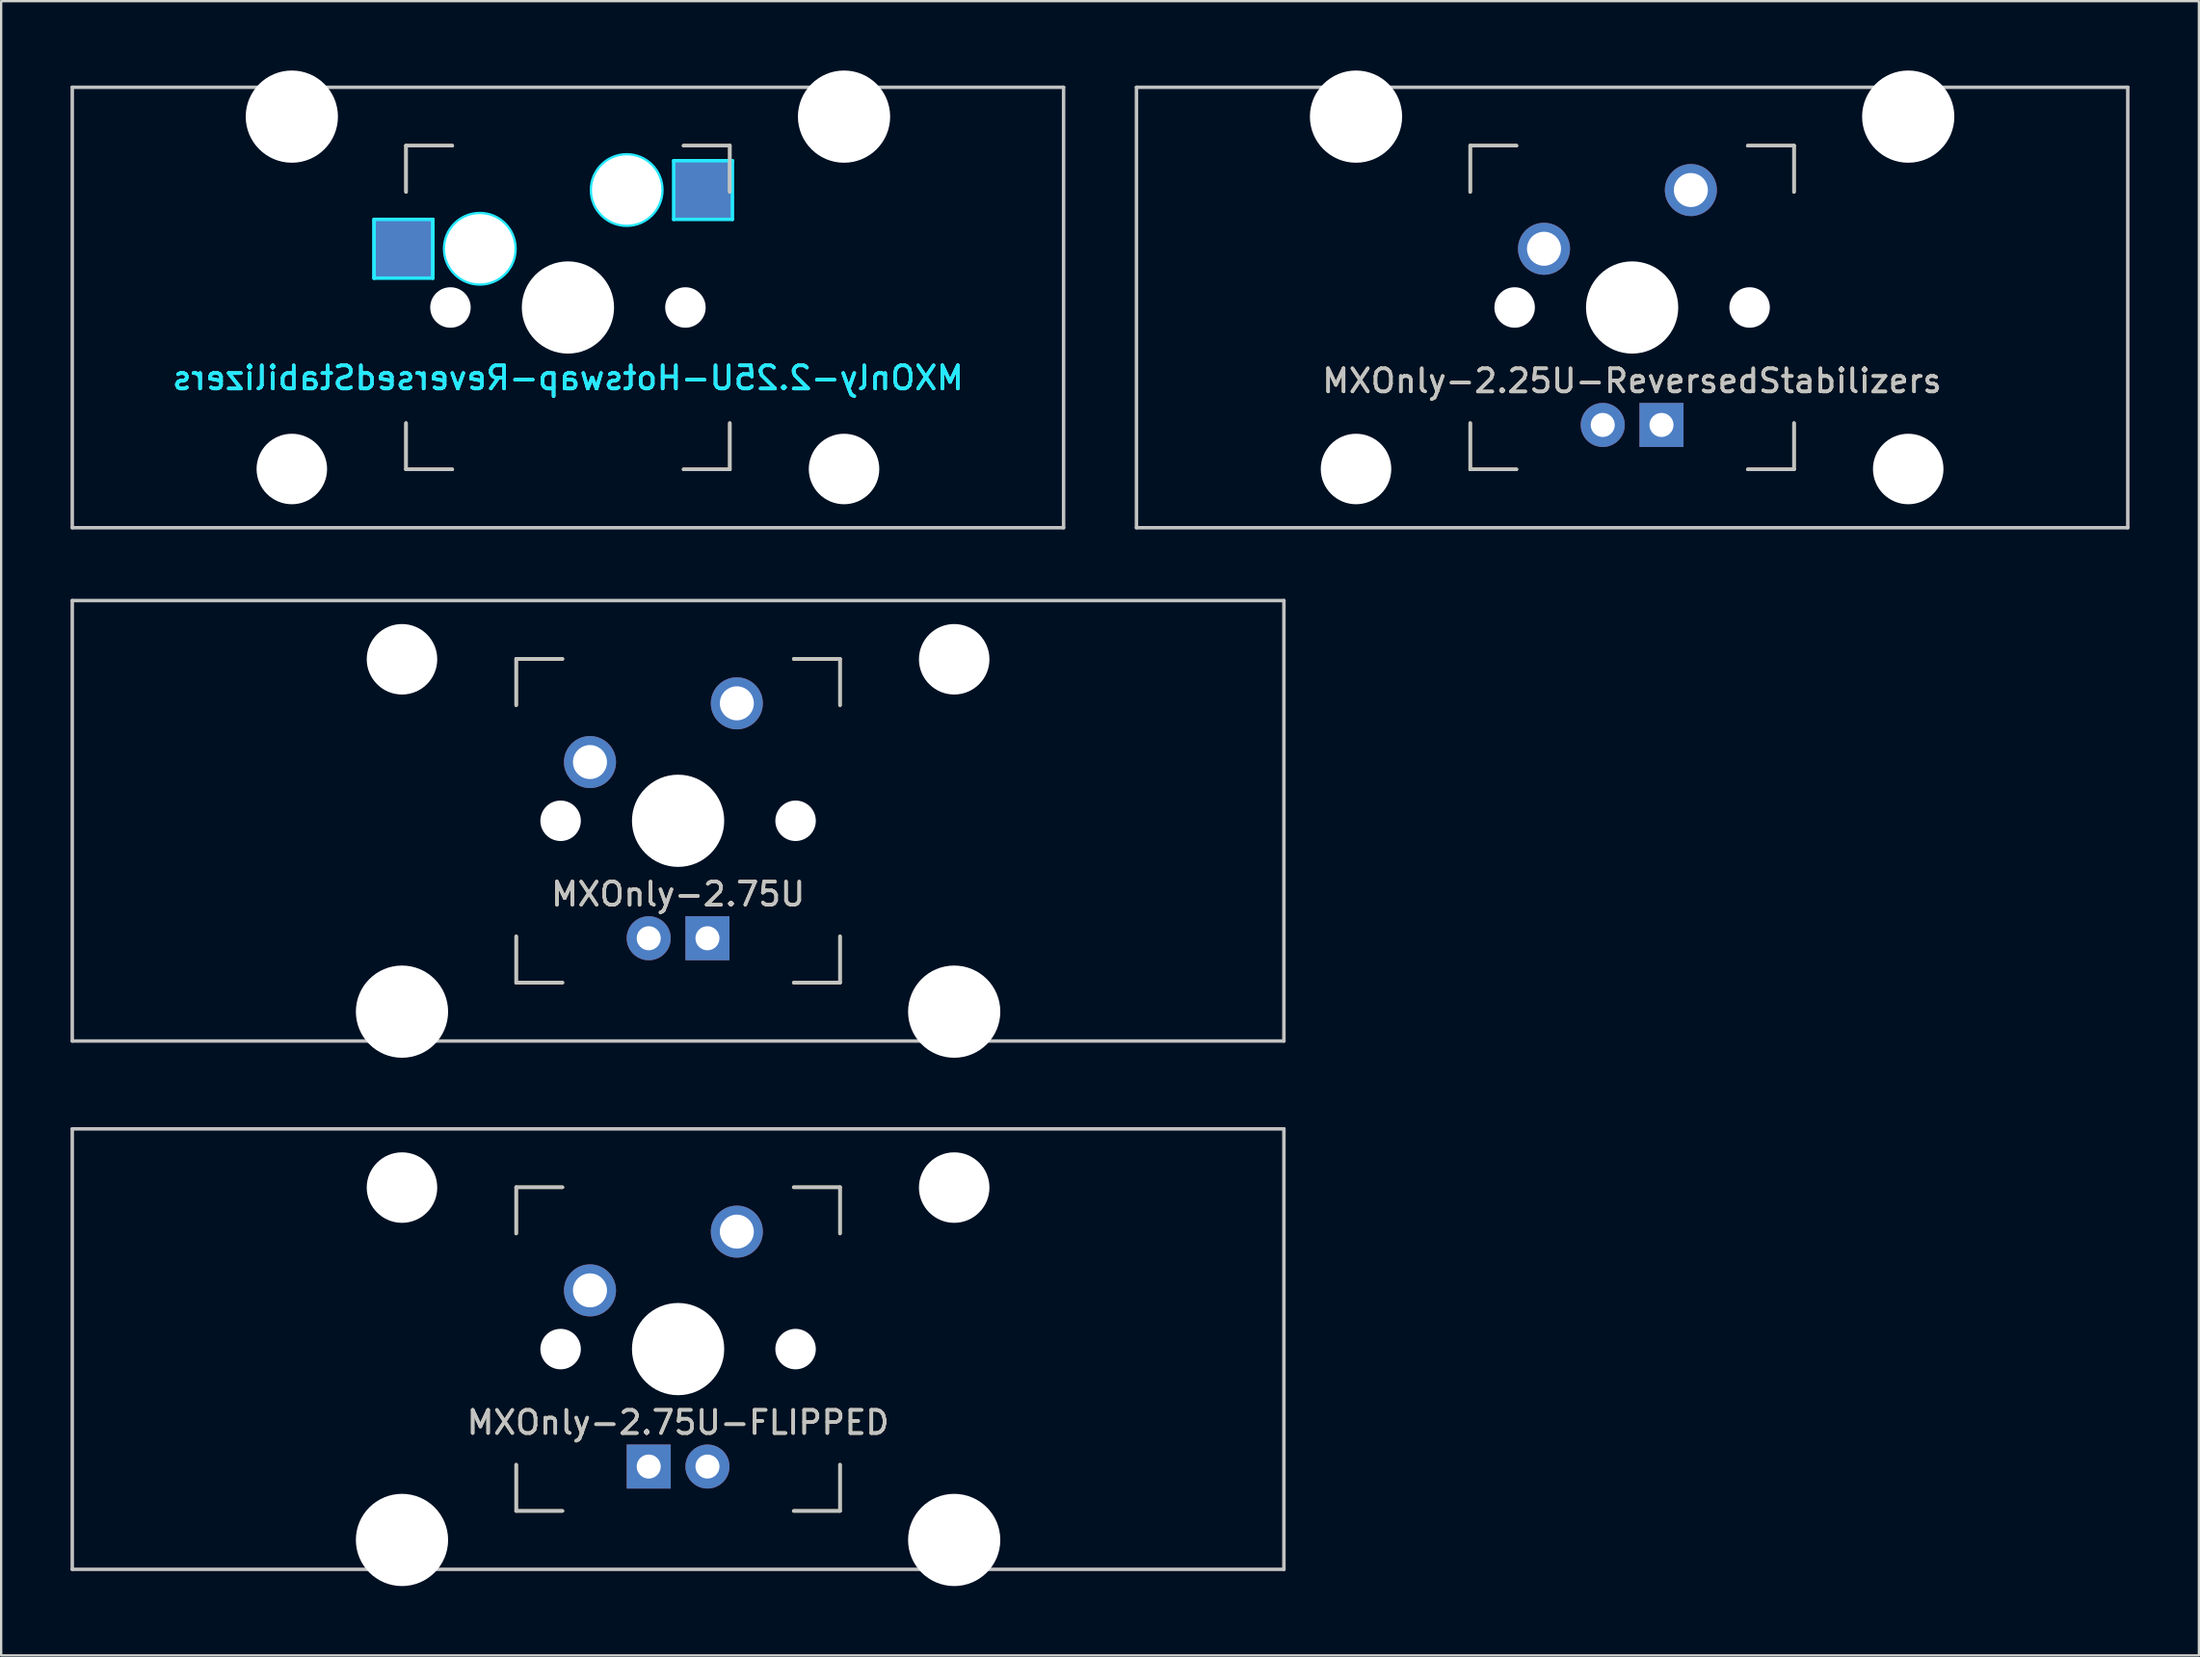
<source format=kicad_pcb>
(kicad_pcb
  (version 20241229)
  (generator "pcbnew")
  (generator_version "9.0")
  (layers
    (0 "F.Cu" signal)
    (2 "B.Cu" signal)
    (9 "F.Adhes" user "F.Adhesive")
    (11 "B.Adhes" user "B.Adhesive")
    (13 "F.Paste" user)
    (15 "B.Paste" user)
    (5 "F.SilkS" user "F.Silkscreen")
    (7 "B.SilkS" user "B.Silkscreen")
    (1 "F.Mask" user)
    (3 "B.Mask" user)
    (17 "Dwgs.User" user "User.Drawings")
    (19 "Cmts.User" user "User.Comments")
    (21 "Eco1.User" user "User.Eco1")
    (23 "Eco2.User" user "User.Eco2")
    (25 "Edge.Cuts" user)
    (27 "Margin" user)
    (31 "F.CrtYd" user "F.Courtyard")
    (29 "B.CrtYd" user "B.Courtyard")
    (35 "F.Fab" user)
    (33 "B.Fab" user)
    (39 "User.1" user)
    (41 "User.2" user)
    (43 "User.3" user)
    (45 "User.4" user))
  (footprint "MXOnly-2.25U-ReversedStabilizers"
    (layer "F.Cu")
    (at 67.519 10.249)
    (property "Reference" "MXOnly-2.25U-ReversedStabilizers" (at 0 3.175 0) (layer "Dwgs.User") (effects (font (size 1 1) (thickness 0.15))))
    (attr through_hole)
    (fp_line (start -7 -7) (end -7 -5) (stroke (width 0.15) (type solid)) (layer "F.SilkS"))
    (fp_line (start -7 5) (end -7 7) (stroke (width 0.15) (type solid)) (layer "F.SilkS"))
    (fp_line (start -7 7) (end -5 7) (stroke (width 0.15) (type solid)) (layer "F.SilkS"))
    (fp_line (start -5 -7) (end -7 -7) (stroke (width 0.15) (type solid)) (layer "F.SilkS"))
    (fp_line (start 5 -7) (end 7 -7) (stroke (width 0.15) (type solid)) (layer "F.SilkS"))
    (fp_line (start 5 7) (end 7 7) (stroke (width 0.15) (type solid)) (layer "F.SilkS"))
    (fp_line (start 7 -7) (end 7 -5) (stroke (width 0.15) (type solid)) (layer "F.SilkS"))
    (fp_line (start 7 7) (end 7 5) (stroke (width 0.15) (type solid)) (layer "F.SilkS"))
    (fp_line (start -21.431 -9.525) (end 21.431 -9.525) (stroke (width 0.15) (type solid)) (layer "Dwgs.User"))
    (fp_line (start -21.431 9.525) (end -21.431 -9.525) (stroke (width 0.15) (type solid)) (layer "Dwgs.User"))
    (fp_line (start -21.431 9.525) (end 21.431 9.525) (stroke (width 0.15) (type solid)) (layer "Dwgs.User"))
    (fp_line (start -7 -7) (end -7 -5) (stroke (width 0.15) (type solid)) (layer "Dwgs.User"))
    (fp_line (start -7 5) (end -7 7) (stroke (width 0.15) (type solid)) (layer "Dwgs.User"))
    (fp_line (start -7 7) (end -5 7) (stroke (width 0.15) (type solid)) (layer "Dwgs.User"))
    (fp_line (start -5 -7) (end -7 -7) (stroke (width 0.15) (type solid)) (layer "Dwgs.User"))
    (fp_line (start 5 -7) (end 7 -7) (stroke (width 0.15) (type solid)) (layer "Dwgs.User"))
    (fp_line (start 5 7) (end 7 7) (stroke (width 0.15) (type solid)) (layer "Dwgs.User"))
    (fp_line (start 7 -7) (end 7 -5) (stroke (width 0.15) (type solid)) (layer "Dwgs.User"))
    (fp_line (start 7 7) (end 7 5) (stroke (width 0.15) (type solid)) (layer "Dwgs.User"))
    (fp_line (start 21.431 -9.525) (end 21.431 9.525) (stroke (width 0.15) (type solid)) (layer "Dwgs.User"))
    (fp_text user "${REFERENCE}" (at 0 3.175 0) (layer "F.SilkS") (effects (font (size 1 1) (thickness 0.15))))
    (pad "" np_thru_hole circle (at -11.938 -8.255) (size 3.988 3.988) (drill 3.988) (layers "*.Cu" "*.Mask"))
    (pad "" np_thru_hole circle (at -11.938 6.985) (size 3.048 3.048) (drill 3.048) (layers "*.Cu" "*.Mask"))
    (pad "" np_thru_hole circle (at -5.08 0 48.1) (size 1.75 1.75) (drill 1.75) (layers "*.Cu" "*.Mask"))
    (pad "" np_thru_hole circle (at 0 0) (size 3.988 3.988) (drill 3.988) (layers "*.Cu" "*.Mask"))
    (pad "" np_thru_hole circle (at 5.08 0 48.1) (size 1.75 1.75) (drill 1.75) (layers "*.Cu" "*.Mask"))
    (pad "" np_thru_hole circle (at 11.938 -8.255) (size 3.988 3.988) (drill 3.988) (layers "*.Cu" "*.Mask"))
    (pad "" np_thru_hole circle (at 11.938 6.985) (size 3.048 3.048) (drill 3.048) (layers "*.Cu" "*.Mask"))
    (pad "1" thru_hole circle (at -3.81 -2.54) (size 2.25 2.25) (drill 1.47) (layers "*.Cu" "B.Mask"))
    (pad "2" thru_hole circle (at 2.54 -5.08) (size 2.25 2.25) (drill 1.47) (layers "*.Cu" "B.Mask"))
    (pad "3" thru_hole circle (at -1.27 5.08) (size 1.905 1.905) (drill 1.04) (layers "*.Cu" "B.Mask"))
    (pad "4" thru_hole rect (at 1.27 5.08) (size 1.905 1.905) (drill 1.04) (layers "*.Cu" "B.Mask")))
  (footprint "MXOnly-2.25U-Hotswap-ReversedStabilizers"
    (layer "F.Cu")
    (at 21.506 10.249)
    (property "Reference" "MXOnly-2.25U-Hotswap-ReversedStabilizers" (at 0 3.048 0) (layer "B.CrtYd") (effects (font (size 1 1) (thickness 0.15)) (justify mirror)))
    (attr smd)
    (fp_line (start -7 -7) (end -7 -5) (stroke (width 0.15) (type solid)) (layer "F.SilkS"))
    (fp_line (start -7 5) (end -7 7) (stroke (width 0.15) (type solid)) (layer "F.SilkS"))
    (fp_line (start -7 7) (end -5 7) (stroke (width 0.15) (type solid)) (layer "F.SilkS"))
    (fp_line (start -5 -7) (end -7 -7) (stroke (width 0.15) (type solid)) (layer "F.SilkS"))
    (fp_line (start 5 -7) (end 7 -7) (stroke (width 0.15) (type solid)) (layer "F.SilkS"))
    (fp_line (start 5 7) (end 7 7) (stroke (width 0.15) (type solid)) (layer "F.SilkS"))
    (fp_line (start 7 -7) (end 7 -5) (stroke (width 0.15) (type solid)) (layer "F.SilkS"))
    (fp_line (start 7 7) (end 7 5) (stroke (width 0.15) (type solid)) (layer "F.SilkS"))
    (fp_line (start -21.431 -9.525) (end 21.431 -9.525) (stroke (width 0.15) (type solid)) (layer "Dwgs.User"))
    (fp_line (start -21.431 9.525) (end -21.431 -9.525) (stroke (width 0.15) (type solid)) (layer "Dwgs.User"))
    (fp_line (start -7 -7) (end -7 -5) (stroke (width 0.15) (type solid)) (layer "Dwgs.User"))
    (fp_line (start -7 5) (end -7 7) (stroke (width 0.15) (type solid)) (layer "Dwgs.User"))
    (fp_line (start -7 7) (end -5 7) (stroke (width 0.15) (type solid)) (layer "Dwgs.User"))
    (fp_line (start -5 -7) (end -7 -7) (stroke (width 0.15) (type solid)) (layer "Dwgs.User"))
    (fp_line (start 5 -7) (end 7 -7) (stroke (width 0.15) (type solid)) (layer "Dwgs.User"))
    (fp_line (start 5 7) (end 7 7) (stroke (width 0.15) (type solid)) (layer "Dwgs.User"))
    (fp_line (start 7 -7) (end 7 -5) (stroke (width 0.15) (type solid)) (layer "Dwgs.User"))
    (fp_line (start 7 7) (end 7 5) (stroke (width 0.15) (type solid)) (layer "Dwgs.User"))
    (fp_line (start 21.431 -9.525) (end 21.431 9.525) (stroke (width 0.15) (type solid)) (layer "Dwgs.User"))
    (fp_line (start 21.431 9.525) (end -21.431 9.525) (stroke (width 0.15) (type solid)) (layer "Dwgs.User"))
    (fp_line (start -8.382 -3.81) (end -5.842 -3.81) (stroke (width 0.15) (type solid)) (layer "B.CrtYd"))
    (fp_line (start -8.382 -1.27) (end -8.382 -3.81) (stroke (width 0.15) (type solid)) (layer "B.CrtYd"))
    (fp_line (start -8.382 -1.27) (end -8.382 -3.81) (stroke (width 0.15) (type solid)) (layer "B.CrtYd"))
    (fp_line (start -5.842 -3.81) (end -5.842 -1.27) (stroke (width 0.15) (type solid)) (layer "B.CrtYd"))
    (fp_line (start -5.842 -3.81) (end -5.842 -1.27) (stroke (width 0.15) (type solid)) (layer "B.CrtYd"))
    (fp_line (start -5.842 -1.27) (end -8.382 -1.27) (stroke (width 0.15) (type solid)) (layer "B.CrtYd"))
    (fp_line (start 4.572 -6.35) (end 7.112 -6.35) (stroke (width 0.15) (type solid)) (layer "B.CrtYd"))
    (fp_line (start 4.572 -3.81) (end 4.572 -6.35) (stroke (width 0.15) (type solid)) (layer "B.CrtYd"))
    (fp_line (start 7.112 -6.35) (end 7.112 -3.81) (stroke (width 0.15) (type solid)) (layer "B.CrtYd"))
    (fp_line (start 7.112 -3.81) (end 4.572 -3.81) (stroke (width 0.15) (type solid)) (layer "B.CrtYd"))
    (fp_circle (center -3.81 -2.54) (end -3.81 -4.064) (stroke (width 0.15) (type solid)) (fill no) (layer "B.CrtYd"))
    (fp_circle (center 2.54 -5.08) (end 2.54 -6.604) (stroke (width 0.15) (type solid)) (fill no) (layer "B.CrtYd"))
    (fp_text user "${REFERENCE}" (at 0 3.048 0) (layer "B.SilkS") (effects (font (size 1 1) (thickness 0.15)) (justify mirror)))
    (fp_text user "${REFERENCE}" (at 0 3.048 0) (layer "B.CrtYd") (effects (font (size 1 1) (thickness 0.15)) (justify mirror)))
    (pad "" np_thru_hole circle (at -11.938 -8.255) (size 3.988 3.988) (drill 3.988) (layers "*.Cu" "*.Mask"))
    (pad "" np_thru_hole circle (at -11.938 6.985) (size 3.048 3.048) (drill 3.048) (layers "*.Cu" "*.Mask"))
    (pad "" np_thru_hole circle (at -5.08 0 48.1) (size 1.75 1.75) (drill 1.75) (layers "*.Cu" "*.Mask"))
    (pad "" np_thru_hole circle (at -3.81 -2.54) (size 3 3) (drill 3) (layers "*.Cu" "*.Mask"))
    (pad "" np_thru_hole circle (at 0 0) (size 3.988 3.988) (drill 3.988) (layers "*.Cu" "*.Mask"))
    (pad "" np_thru_hole circle (at 2.54 -5.08) (size 3 3) (drill 3) (layers "*.Cu" "*.Mask"))
    (pad "" np_thru_hole circle (at 5.08 0 48.1) (size 1.75 1.75) (drill 1.75) (layers "*.Cu" "*.Mask"))
    (pad "" np_thru_hole circle (at 11.938 -8.255) (size 3.988 3.988) (drill 3.988) (layers "*.Cu" "*.Mask"))
    (pad "" np_thru_hole circle (at 11.938 6.985) (size 3.048 3.048) (drill 3.048) (layers "*.Cu" "*.Mask"))
    (pad "1" smd rect (at -7.085 -2.54) (size 2.55 2.5) (layers "B.Cu" "B.Mask" "B.Paste"))
    (pad "2" smd rect (at 5.842 -5.08) (size 2.55 2.5) (layers "B.Cu" "B.Mask" "B.Paste")))
  (footprint "MXOnly-2.75U"
    (layer "F.Cu")
    (at 26.269 32.449)
    (property "Reference" "MXOnly-2.75U" (at 0 3.175 0) (layer "Dwgs.User") (effects (font (size 1 1) (thickness 0.15))))
    (attr through_hole)
    (fp_line (start -7 -7) (end -7 -5) (stroke (width 0.15) (type solid)) (layer "F.SilkS"))
    (fp_line (start -7 5) (end -7 7) (stroke (width 0.15) (type solid)) (layer "F.SilkS"))
    (fp_line (start -7 7) (end -5 7) (stroke (width 0.15) (type solid)) (layer "F.SilkS"))
    (fp_line (start -5 -7) (end -7 -7) (stroke (width 0.15) (type solid)) (layer "F.SilkS"))
    (fp_line (start 5 -7) (end 7 -7) (stroke (width 0.15) (type solid)) (layer "F.SilkS"))
    (fp_line (start 5 7) (end 7 7) (stroke (width 0.15) (type solid)) (layer "F.SilkS"))
    (fp_line (start 7 -7) (end 7 -5) (stroke (width 0.15) (type solid)) (layer "F.SilkS"))
    (fp_line (start 7 7) (end 7 5) (stroke (width 0.15) (type solid)) (layer "F.SilkS"))
    (fp_line (start -26.194 -9.525) (end 26.194 -9.525) (stroke (width 0.15) (type solid)) (layer "Dwgs.User"))
    (fp_line (start -26.194 9.525) (end -26.194 -9.525) (stroke (width 0.15) (type solid)) (layer "Dwgs.User"))
    (fp_line (start -26.194 9.525) (end 26.194 9.525) (stroke (width 0.15) (type solid)) (layer "Dwgs.User"))
    (fp_line (start -7 -7) (end -7 -5) (stroke (width 0.15) (type solid)) (layer "Dwgs.User"))
    (fp_line (start -7 5) (end -7 7) (stroke (width 0.15) (type solid)) (layer "Dwgs.User"))
    (fp_line (start -7 7) (end -5 7) (stroke (width 0.15) (type solid)) (layer "Dwgs.User"))
    (fp_line (start -5 -7) (end -7 -7) (stroke (width 0.15) (type solid)) (layer "Dwgs.User"))
    (fp_line (start 5 -7) (end 7 -7) (stroke (width 0.15) (type solid)) (layer "Dwgs.User"))
    (fp_line (start 5 7) (end 7 7) (stroke (width 0.15) (type solid)) (layer "Dwgs.User"))
    (fp_line (start 7 -7) (end 7 -5) (stroke (width 0.15) (type solid)) (layer "Dwgs.User"))
    (fp_line (start 7 7) (end 7 5) (stroke (width 0.15) (type solid)) (layer "Dwgs.User"))
    (fp_line (start 26.194 -9.525) (end 26.194 9.525) (stroke (width 0.15) (type solid)) (layer "Dwgs.User"))
    (fp_text user "${REFERENCE}" (at 0 3.175 0) (layer "F.SilkS") (effects (font (size 1 1) (thickness 0.15))))
    (pad "" np_thru_hole circle (at -11.938 -6.985) (size 3.048 3.048) (drill 3.048) (layers "*.Cu" "*.Mask"))
    (pad "" np_thru_hole circle (at -11.938 8.255) (size 3.988 3.988) (drill 3.988) (layers "*.Cu" "*.Mask"))
    (pad "" np_thru_hole circle (at -5.08 0 48.1) (size 1.75 1.75) (drill 1.75) (layers "*.Cu" "*.Mask"))
    (pad "" np_thru_hole circle (at 0 0) (size 3.988 3.988) (drill 3.988) (layers "*.Cu" "*.Mask"))
    (pad "" np_thru_hole circle (at 5.08 0 48.1) (size 1.75 1.75) (drill 1.75) (layers "*.Cu" "*.Mask"))
    (pad "" np_thru_hole circle (at 11.938 -6.985) (size 3.048 3.048) (drill 3.048) (layers "*.Cu" "*.Mask"))
    (pad "" np_thru_hole circle (at 11.938 8.255) (size 3.988 3.988) (drill 3.988) (layers "*.Cu" "*.Mask"))
    (pad "1" thru_hole circle (at -3.81 -2.54) (size 2.25 2.25) (drill 1.47) (layers "*.Cu" "B.Mask"))
    (pad "2" thru_hole circle (at 2.54 -5.08) (size 2.25 2.25) (drill 1.47) (layers "*.Cu" "B.Mask"))
    (pad "3" thru_hole circle (at -1.27 5.08) (size 1.905 1.905) (drill 1.04) (layers "*.Cu" "B.Mask"))
    (pad "4" thru_hole rect (at 1.27 5.08) (size 1.905 1.905) (drill 1.04) (layers "*.Cu" "B.Mask")))
  (footprint "MXOnly-2.75U-FLIPPED"
    (layer "F.Cu")
    (at 26.269 55.298)
    (property "Reference" "MXOnly-2.75U-FLIPPED" (at 0 3.175 0) (layer "Dwgs.User") (effects (font (size 1 1) (thickness 0.15))))
    (attr through_hole)
    (fp_line (start -7 -7) (end -7 -5) (stroke (width 0.15) (type solid)) (layer "F.SilkS"))
    (fp_line (start -7 5) (end -7 7) (stroke (width 0.15) (type solid)) (layer "F.SilkS"))
    (fp_line (start -7 7) (end -5 7) (stroke (width 0.15) (type solid)) (layer "F.SilkS"))
    (fp_line (start -5 -7) (end -7 -7) (stroke (width 0.15) (type solid)) (layer "F.SilkS"))
    (fp_line (start 5 -7) (end 7 -7) (stroke (width 0.15) (type solid)) (layer "F.SilkS"))
    (fp_line (start 5 7) (end 7 7) (stroke (width 0.15) (type solid)) (layer "F.SilkS"))
    (fp_line (start 7 -7) (end 7 -5) (stroke (width 0.15) (type solid)) (layer "F.SilkS"))
    (fp_line (start 7 7) (end 7 5) (stroke (width 0.15) (type solid)) (layer "F.SilkS"))
    (fp_line (start -26.194 -9.525) (end 26.194 -9.525) (stroke (width 0.15) (type solid)) (layer "Dwgs.User"))
    (fp_line (start -26.194 9.525) (end -26.194 -9.525) (stroke (width 0.15) (type solid)) (layer "Dwgs.User"))
    (fp_line (start -26.194 9.525) (end 26.194 9.525) (stroke (width 0.15) (type solid)) (layer "Dwgs.User"))
    (fp_line (start -7 -7) (end -7 -5) (stroke (width 0.15) (type solid)) (layer "Dwgs.User"))
    (fp_line (start -7 5) (end -7 7) (stroke (width 0.15) (type solid)) (layer "Dwgs.User"))
    (fp_line (start -7 7) (end -5 7) (stroke (width 0.15) (type solid)) (layer "Dwgs.User"))
    (fp_line (start -5 -7) (end -7 -7) (stroke (width 0.15) (type solid)) (layer "Dwgs.User"))
    (fp_line (start 5 -7) (end 7 -7) (stroke (width 0.15) (type solid)) (layer "Dwgs.User"))
    (fp_line (start 5 7) (end 7 7) (stroke (width 0.15) (type solid)) (layer "Dwgs.User"))
    (fp_line (start 7 -7) (end 7 -5) (stroke (width 0.15) (type solid)) (layer "Dwgs.User"))
    (fp_line (start 7 7) (end 7 5) (stroke (width 0.15) (type solid)) (layer "Dwgs.User"))
    (fp_line (start 26.194 -9.525) (end 26.194 9.525) (stroke (width 0.15) (type solid)) (layer "Dwgs.User"))
    (fp_text user "${REFERENCE}" (at 0 3.175 0) (layer "F.SilkS") (effects (font (size 1 1) (thickness 0.15))))
    (pad "" np_thru_hole circle (at -11.938 -6.985) (size 3.048 3.048) (drill 3.048) (layers "*.Cu" "*.Mask"))
    (pad "" np_thru_hole circle (at -11.938 8.255) (size 3.988 3.988) (drill 3.988) (layers "*.Cu" "*.Mask"))
    (pad "" np_thru_hole circle (at -5.08 0 48.1) (size 1.75 1.75) (drill 1.75) (layers "*.Cu" "*.Mask"))
    (pad "" np_thru_hole circle (at 0 0) (size 3.988 3.988) (drill 3.988) (layers "*.Cu" "*.Mask"))
    (pad "" np_thru_hole circle (at 5.08 0 48.1) (size 1.75 1.75) (drill 1.75) (layers "*.Cu" "*.Mask"))
    (pad "" np_thru_hole circle (at 11.938 -6.985) (size 3.048 3.048) (drill 3.048) (layers "*.Cu" "*.Mask"))
    (pad "" np_thru_hole circle (at 11.938 8.255) (size 3.988 3.988) (drill 3.988) (layers "*.Cu" "*.Mask"))
    (pad "1" thru_hole circle (at -3.81 -2.54) (size 2.25 2.25) (drill 1.47) (layers "*.Cu" "B.Mask"))
    (pad "2" thru_hole circle (at 2.54 -5.08) (size 2.25 2.25) (drill 1.47) (layers "*.Cu" "B.Mask"))
    (pad "3" thru_hole circle (at 1.27 5.08) (size 1.905 1.905) (drill 1.04) (layers "*.Cu" "B.Mask"))
    (pad "4" thru_hole rect (at -1.27 5.08) (size 1.905 1.905) (drill 1.04) (layers "*.Cu" "B.Mask")))
  (gr_rect
    (start -3 -3)
    (end 92.025 68.547)
    (stroke (width 0.1) (type default))
    (fill no)
    (layer "Edge.Cuts")))
</source>
